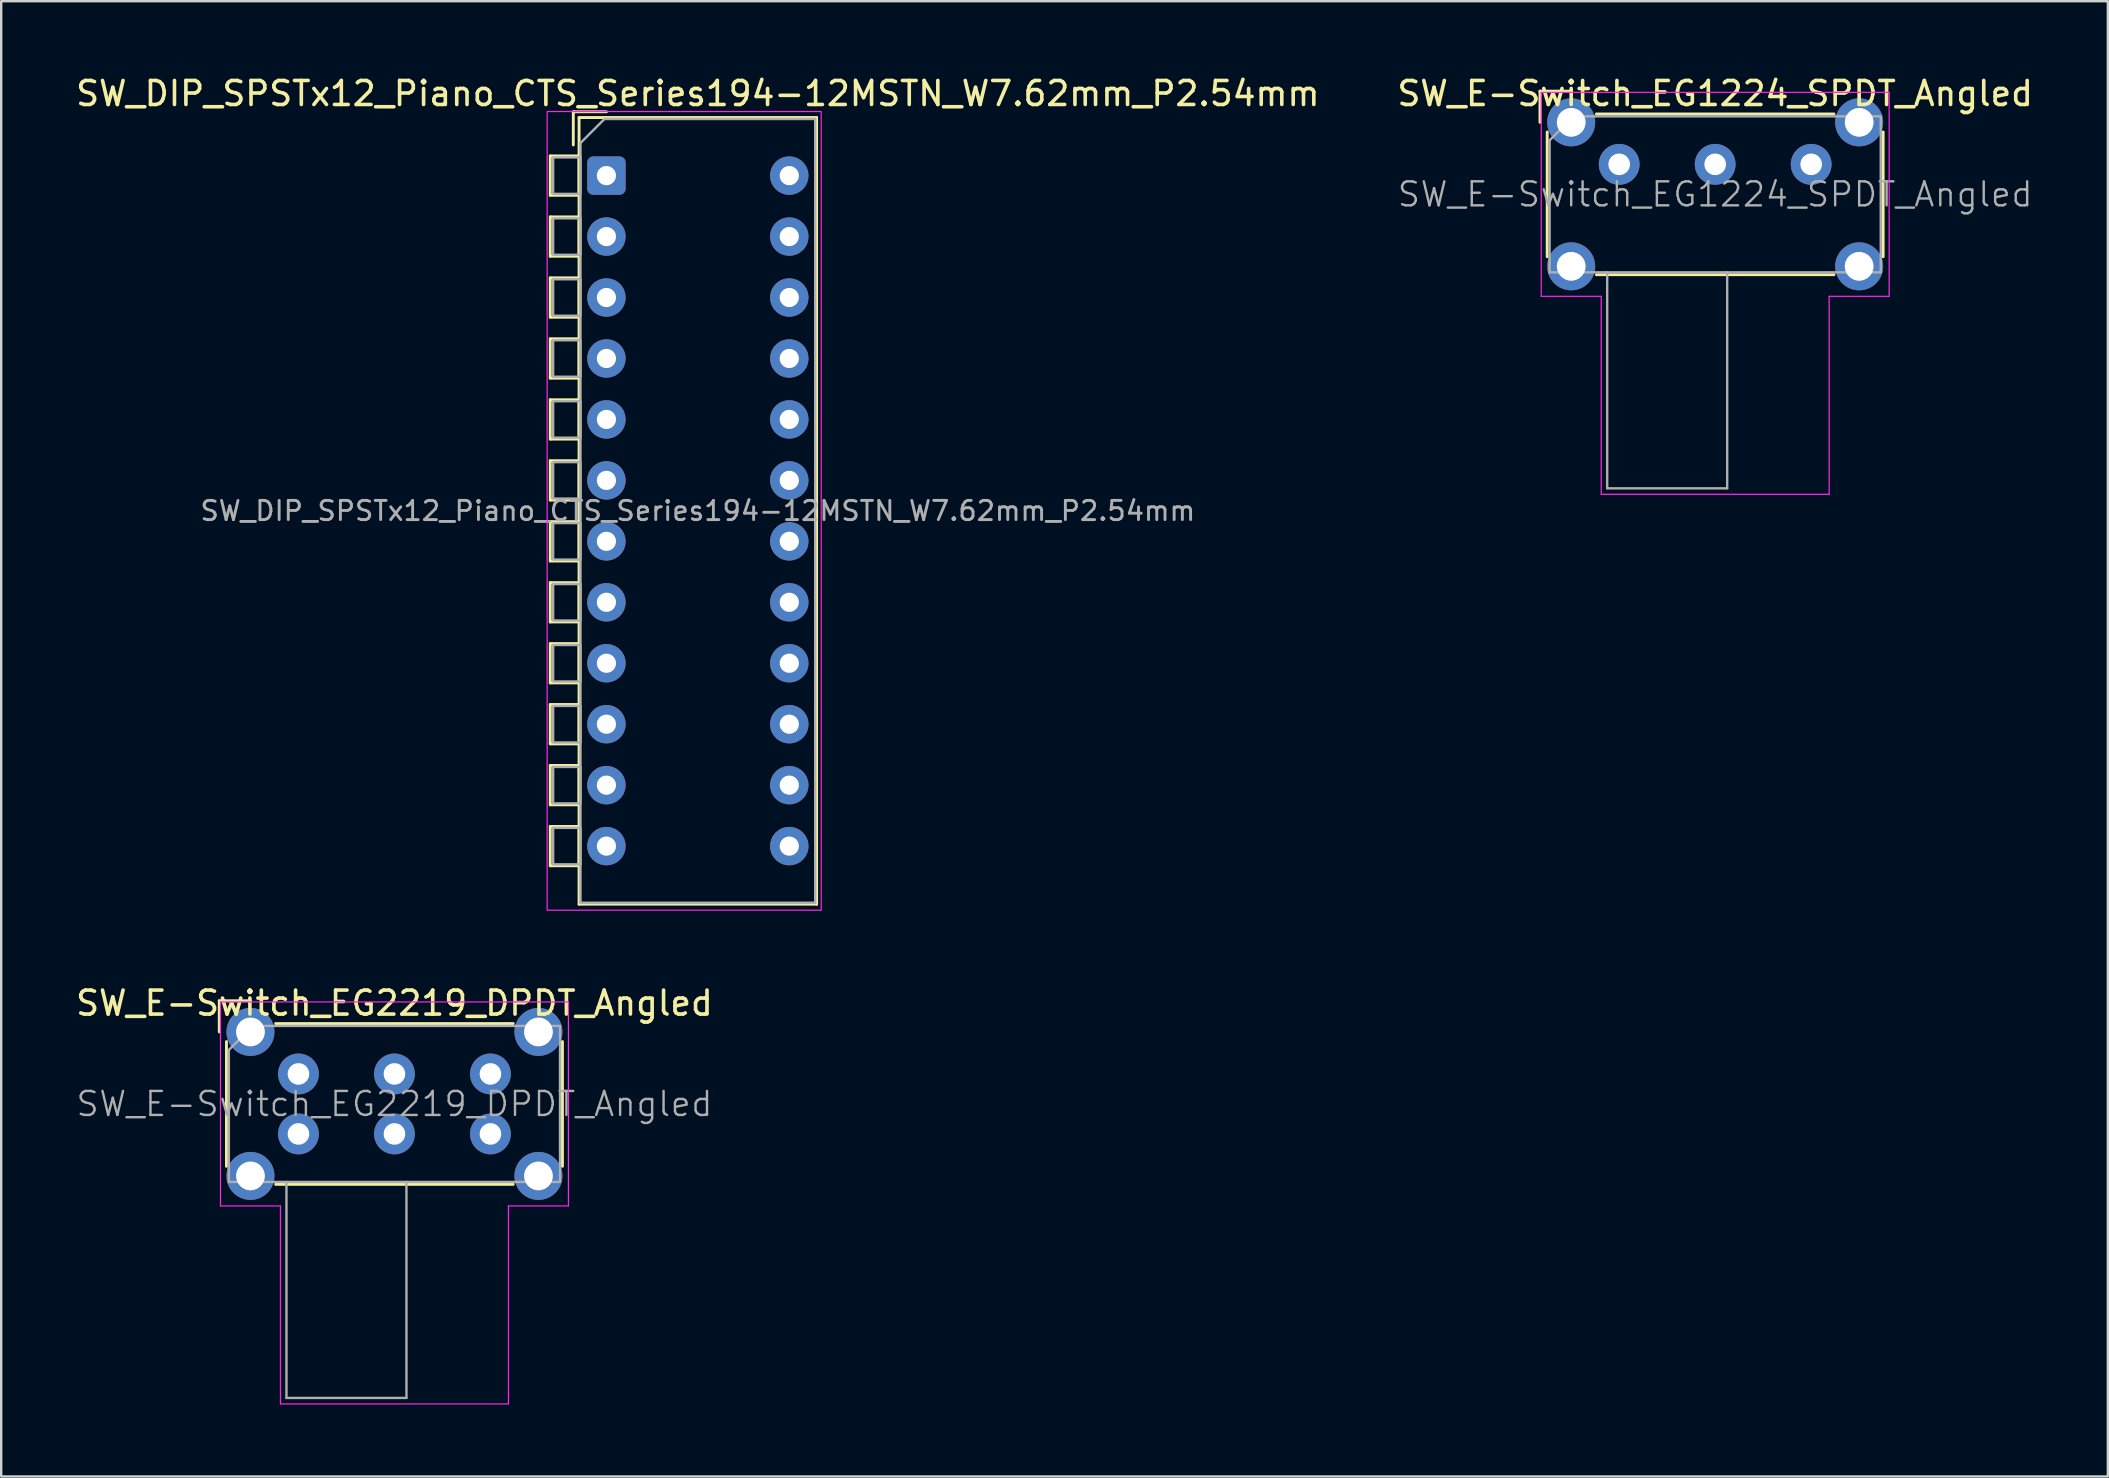
<source format=kicad_pcb>
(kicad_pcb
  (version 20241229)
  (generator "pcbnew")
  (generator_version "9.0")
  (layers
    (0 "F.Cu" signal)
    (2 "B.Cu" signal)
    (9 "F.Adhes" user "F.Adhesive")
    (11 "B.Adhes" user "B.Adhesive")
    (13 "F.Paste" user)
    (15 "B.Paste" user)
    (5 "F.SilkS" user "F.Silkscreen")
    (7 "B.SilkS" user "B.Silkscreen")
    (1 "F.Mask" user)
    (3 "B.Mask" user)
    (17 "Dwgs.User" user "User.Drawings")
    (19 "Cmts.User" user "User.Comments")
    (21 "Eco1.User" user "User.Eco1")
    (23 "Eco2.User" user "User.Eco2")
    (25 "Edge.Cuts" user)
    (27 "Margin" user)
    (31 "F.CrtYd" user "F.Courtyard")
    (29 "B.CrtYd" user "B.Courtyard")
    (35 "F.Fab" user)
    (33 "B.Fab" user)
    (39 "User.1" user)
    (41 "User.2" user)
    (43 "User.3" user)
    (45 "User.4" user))
  (footprint "SW_E-Switch_EG1224_SPDT_Angled"
    (layer "F.Cu")
    (at 64.423 3.798)
    (property "Reference" "SW_E-Switch_EG1224_SPDT_Angled" (at 4 -2.95 0) (layer "F.SilkS") (effects (font (size 1 1) (thickness 0.15))))
    (attr through_hole)
    (fp_line (start -3.3 -3.05) (end -2 -3.05) (stroke (width 0.12) (type solid)) (layer "F.SilkS"))
    (fp_line (start -3.3 -1.75) (end -3.3 -3.05) (stroke (width 0.12) (type solid)) (layer "F.SilkS"))
    (fp_line (start -3 3.85) (end -3 -1.35) (stroke (width 0.12) (type solid)) (layer "F.SilkS"))
    (fp_line (start -0.95 -2.1) (end 8.95 -2.1) (stroke (width 0.12) (type solid)) (layer "F.SilkS"))
    (fp_line (start 8.95 4.6) (end -0.95 4.6) (stroke (width 0.12) (type solid)) (layer "F.SilkS"))
    (fp_line (start 11 -1.35) (end 11 3.85) (stroke (width 0.12) (type solid)) (layer "F.SilkS"))
    (fp_line (start -3.25 -3) (end 11.25 -3) (stroke (width 0.05) (type solid)) (layer "F.CrtYd"))
    (fp_line (start -3.25 5.5) (end -3.25 -3) (stroke (width 0.05) (type solid)) (layer "F.CrtYd"))
    (fp_line (start -0.75 5.5) (end -3.25 5.5) (stroke (width 0.05) (type solid)) (layer "F.CrtYd"))
    (fp_line (start -0.75 13.75) (end -0.75 5.5) (stroke (width 0.05) (type solid)) (layer "F.CrtYd"))
    (fp_line (start 8.75 5.5) (end 8.75 13.75) (stroke (width 0.05) (type solid)) (layer "F.CrtYd"))
    (fp_line (start 8.75 13.75) (end -0.75 13.75) (stroke (width 0.05) (type solid)) (layer "F.CrtYd"))
    (fp_line (start 11.25 -3) (end 11.25 5.5) (stroke (width 0.05) (type solid)) (layer "F.CrtYd"))
    (fp_line (start 11.25 5.5) (end 8.75 5.5) (stroke (width 0.05) (type solid)) (layer "F.CrtYd"))
    (fp_line (start -2.9 4.5) (end -2.9 -1) (stroke (width 0.1) (type solid)) (layer "F.Fab"))
    (fp_line (start -1.9 -2) (end -2.9 -1) (stroke (width 0.1) (type solid)) (layer "F.Fab"))
    (fp_line (start -1.9 -2) (end 10.9 -2) (stroke (width 0.1) (type solid)) (layer "F.Fab"))
    (fp_line (start -0.5 13.5) (end -0.5 4.5) (stroke (width 0.1) (type solid)) (layer "F.Fab"))
    (fp_line (start 4.5 4.5) (end 4.5 13.5) (stroke (width 0.1) (type solid)) (layer "F.Fab"))
    (fp_line (start 4.5 13.5) (end -0.5 13.5) (stroke (width 0.1) (type solid)) (layer "F.Fab"))
    (fp_line (start 10.9 -2) (end 10.9 4.5) (stroke (width 0.1) (type solid)) (layer "F.Fab"))
    (fp_line (start 10.9 4.5) (end -2.9 4.5) (stroke (width 0.1) (type solid)) (layer "F.Fab"))
    (fp_text user "${REFERENCE}" (at 4 1.25 0) (layer "F.Fab") (effects (font (size 1 1) (thickness 0.1))))
    (pad "" thru_hole circle (at -2 -1.75) (size 2 2) (drill 1.2) (layers "*.Cu" "*.Mask"))
    (pad "" thru_hole circle (at -2 4.25) (size 2 2) (drill 1.2) (layers "*.Cu" "*.Mask"))
    (pad "" thru_hole circle (at 10 -1.75) (size 2 2) (drill 1.2) (layers "*.Cu" "*.Mask"))
    (pad "" thru_hole circle (at 10 4.25) (size 2 2) (drill 1.2) (layers "*.Cu" "*.Mask"))
    (pad "1" thru_hole circle (at 0 0) (size 1.7 1.7) (drill 0.9) (layers "*.Cu" "*.Mask"))
    (pad "2" thru_hole circle (at 4 0) (size 1.7 1.7) (drill 0.9) (layers "*.Cu" "*.Mask"))
    (pad "3" thru_hole circle (at 8 0) (size 1.7 1.7) (drill 0.9) (layers "*.Cu" "*.Mask")))
  (footprint "SW_DIP_SPSTx12_Piano_CTS_Series194-12MSTN_W7.62mm_P2.54mm"
    (layer "F.Cu")
    (at 22.22 4.268)
    (property "Reference" "SW_DIP_SPSTx12_Piano_CTS_Series194-12MSTN_W7.62mm_P2.54mm" (at 3.81 -3.42 0) (layer "F.SilkS") (effects (font (size 1 1) (thickness 0.15))))
    (attr through_hole)
    (fp_line (start -2.34 -0.82) (end -2.34 0.82) (stroke (width 0.12) (type solid)) (layer "F.SilkS"))
    (fp_line (start -2.34 -0.82) (end -1.14 -0.82) (stroke (width 0.12) (type solid)) (layer "F.SilkS"))
    (fp_line (start -2.34 0.82) (end -1.14 0.82) (stroke (width 0.12) (type solid)) (layer "F.SilkS"))
    (fp_line (start -2.34 1.72) (end -2.34 3.36) (stroke (width 0.12) (type solid)) (layer "F.SilkS"))
    (fp_line (start -2.34 1.72) (end -1.14 1.72) (stroke (width 0.12) (type solid)) (layer "F.SilkS"))
    (fp_line (start -2.34 3.36) (end -1.14 3.36) (stroke (width 0.12) (type solid)) (layer "F.SilkS"))
    (fp_line (start -2.34 4.26) (end -2.34 5.9) (stroke (width 0.12) (type solid)) (layer "F.SilkS"))
    (fp_line (start -2.34 4.26) (end -1.14 4.26) (stroke (width 0.12) (type solid)) (layer "F.SilkS"))
    (fp_line (start -2.34 5.9) (end -1.14 5.9) (stroke (width 0.12) (type solid)) (layer "F.SilkS"))
    (fp_line (start -2.34 6.8) (end -2.34 8.44) (stroke (width 0.12) (type solid)) (layer "F.SilkS"))
    (fp_line (start -2.34 6.8) (end -1.14 6.8) (stroke (width 0.12) (type solid)) (layer "F.SilkS"))
    (fp_line (start -2.34 8.44) (end -1.14 8.44) (stroke (width 0.12) (type solid)) (layer "F.SilkS"))
    (fp_line (start -2.34 9.34) (end -2.34 10.98) (stroke (width 0.12) (type solid)) (layer "F.SilkS"))
    (fp_line (start -2.34 9.34) (end -1.14 9.34) (stroke (width 0.12) (type solid)) (layer "F.SilkS"))
    (fp_line (start -2.34 10.98) (end -1.14 10.98) (stroke (width 0.12) (type solid)) (layer "F.SilkS"))
    (fp_line (start -2.34 11.88) (end -2.34 13.52) (stroke (width 0.12) (type solid)) (layer "F.SilkS"))
    (fp_line (start -2.34 11.88) (end -1.14 11.88) (stroke (width 0.12) (type solid)) (layer "F.SilkS"))
    (fp_line (start -2.34 13.52) (end -1.14 13.52) (stroke (width 0.12) (type solid)) (layer "F.SilkS"))
    (fp_line (start -2.34 14.42) (end -2.34 16.06) (stroke (width 0.12) (type solid)) (layer "F.SilkS"))
    (fp_line (start -2.34 14.42) (end -1.14 14.42) (stroke (width 0.12) (type solid)) (layer "F.SilkS"))
    (fp_line (start -2.34 16.06) (end -1.14 16.06) (stroke (width 0.12) (type solid)) (layer "F.SilkS"))
    (fp_line (start -2.34 16.96) (end -2.34 18.6) (stroke (width 0.12) (type solid)) (layer "F.SilkS"))
    (fp_line (start -2.34 16.96) (end -1.14 16.96) (stroke (width 0.12) (type solid)) (layer "F.SilkS"))
    (fp_line (start -2.34 18.6) (end -1.14 18.6) (stroke (width 0.12) (type solid)) (layer "F.SilkS"))
    (fp_line (start -2.34 19.5) (end -2.34 21.14) (stroke (width 0.12) (type solid)) (layer "F.SilkS"))
    (fp_line (start -2.34 19.5) (end -1.14 19.5) (stroke (width 0.12) (type solid)) (layer "F.SilkS"))
    (fp_line (start -2.34 21.14) (end -1.14 21.14) (stroke (width 0.12) (type solid)) (layer "F.SilkS"))
    (fp_line (start -2.34 22.04) (end -2.34 23.68) (stroke (width 0.12) (type solid)) (layer "F.SilkS"))
    (fp_line (start -2.34 22.04) (end -1.14 22.04) (stroke (width 0.12) (type solid)) (layer "F.SilkS"))
    (fp_line (start -2.34 23.68) (end -1.14 23.68) (stroke (width 0.12) (type solid)) (layer "F.SilkS"))
    (fp_line (start -2.34 24.58) (end -2.34 26.22) (stroke (width 0.12) (type solid)) (layer "F.SilkS"))
    (fp_line (start -2.34 24.58) (end -1.14 24.58) (stroke (width 0.12) (type solid)) (layer "F.SilkS"))
    (fp_line (start -2.34 26.22) (end -1.14 26.22) (stroke (width 0.12) (type solid)) (layer "F.SilkS"))
    (fp_line (start -2.34 27.12) (end -2.34 28.76) (stroke (width 0.12) (type solid)) (layer "F.SilkS"))
    (fp_line (start -2.34 27.12) (end -1.14 27.12) (stroke (width 0.12) (type solid)) (layer "F.SilkS"))
    (fp_line (start -2.34 28.76) (end -1.14 28.76) (stroke (width 0.12) (type solid)) (layer "F.SilkS"))
    (fp_line (start -1.38 -2.66) (end -1.38 -1.277) (stroke (width 0.12) (type solid)) (layer "F.SilkS"))
    (fp_line (start -1.38 -2.66) (end 0.003 -2.66) (stroke (width 0.12) (type solid)) (layer "F.SilkS"))
    (fp_line (start -1.14 -2.42) (end -1.14 30.36) (stroke (width 0.12) (type solid)) (layer "F.SilkS"))
    (fp_line (start -1.14 -2.42) (end 8.76 -2.42) (stroke (width 0.12) (type solid)) (layer "F.SilkS"))
    (fp_line (start -1.14 -0.82) (end -1.14 0.82) (stroke (width 0.12) (type solid)) (layer "F.SilkS"))
    (fp_line (start -1.14 1.72) (end -1.14 3.36) (stroke (width 0.12) (type solid)) (layer "F.SilkS"))
    (fp_line (start -1.14 4.26) (end -1.14 5.9) (stroke (width 0.12) (type solid)) (layer "F.SilkS"))
    (fp_line (start -1.14 6.8) (end -1.14 8.44) (stroke (width 0.12) (type solid)) (layer "F.SilkS"))
    (fp_line (start -1.14 9.34) (end -1.14 10.98) (stroke (width 0.12) (type solid)) (layer "F.SilkS"))
    (fp_line (start -1.14 11.88) (end -1.14 13.52) (stroke (width 0.12) (type solid)) (layer "F.SilkS"))
    (fp_line (start -1.14 14.42) (end -1.14 16.06) (stroke (width 0.12) (type solid)) (layer "F.SilkS"))
    (fp_line (start -1.14 16.96) (end -1.14 18.6) (stroke (width 0.12) (type solid)) (layer "F.SilkS"))
    (fp_line (start -1.14 19.5) (end -1.14 21.14) (stroke (width 0.12) (type solid)) (layer "F.SilkS"))
    (fp_line (start -1.14 22.04) (end -1.14 23.68) (stroke (width 0.12) (type solid)) (layer "F.SilkS"))
    (fp_line (start -1.14 24.58) (end -1.14 26.22) (stroke (width 0.12) (type solid)) (layer "F.SilkS"))
    (fp_line (start -1.14 27.12) (end -1.14 28.76) (stroke (width 0.12) (type solid)) (layer "F.SilkS"))
    (fp_line (start -1.14 30.36) (end 8.76 30.36) (stroke (width 0.12) (type solid)) (layer "F.SilkS"))
    (fp_line (start 8.76 -2.42) (end 8.76 30.36) (stroke (width 0.12) (type solid)) (layer "F.SilkS"))
    (fp_rect (start -2.47 -2.67) (end 8.95 30.61) (stroke (width 0.05) (type solid)) (fill no) (layer "F.CrtYd"))
    (fp_line (start -1.08 -1.36) (end -0.08 -2.36) (stroke (width 0.1) (type solid)) (layer "F.Fab"))
    (fp_line (start -1.08 30.3) (end -1.08 -1.36) (stroke (width 0.1) (type solid)) (layer "F.Fab"))
    (fp_line (start -0.08 -2.36) (end 8.7 -2.36) (stroke (width 0.1) (type solid)) (layer "F.Fab"))
    (fp_line (start 8.7 -2.36) (end 8.7 30.3) (stroke (width 0.1) (type solid)) (layer "F.Fab"))
    (fp_line (start 8.7 30.3) (end -1.08 30.3) (stroke (width 0.1) (type solid)) (layer "F.Fab"))
    (fp_rect (start -1.08 -0.76) (end -2.22 0.76) (stroke (width 0.1) (type solid)) (fill no) (layer "F.Fab"))
    (fp_rect (start -1.08 1.78) (end -2.22 3.3) (stroke (width 0.1) (type solid)) (fill no) (layer "F.Fab"))
    (fp_rect (start -1.08 4.32) (end -2.22 5.84) (stroke (width 0.1) (type solid)) (fill no) (layer "F.Fab"))
    (fp_rect (start -1.08 6.86) (end -2.22 8.38) (stroke (width 0.1) (type solid)) (fill no) (layer "F.Fab"))
    (fp_rect (start -1.08 9.4) (end -2.22 10.92) (stroke (width 0.1) (type solid)) (fill no) (layer "F.Fab"))
    (fp_rect (start -1.08 11.94) (end -2.22 13.46) (stroke (width 0.1) (type solid)) (fill no) (layer "F.Fab"))
    (fp_rect (start -1.08 14.48) (end -2.22 16) (stroke (width 0.1) (type solid)) (fill no) (layer "F.Fab"))
    (fp_rect (start -1.08 17.02) (end -2.22 18.54) (stroke (width 0.1) (type solid)) (fill no) (layer "F.Fab"))
    (fp_rect (start -1.08 19.56) (end -2.22 21.08) (stroke (width 0.1) (type solid)) (fill no) (layer "F.Fab"))
    (fp_rect (start -1.08 22.1) (end -2.22 23.62) (stroke (width 0.1) (type solid)) (fill no) (layer "F.Fab"))
    (fp_rect (start -1.08 24.64) (end -2.22 26.16) (stroke (width 0.1) (type solid)) (fill no) (layer "F.Fab"))
    (fp_rect (start -1.08 27.18) (end -2.22 28.7) (stroke (width 0.1) (type solid)) (fill no) (layer "F.Fab"))
    (fp_text user "${REFERENCE}" (at 3.81 13.97 0) (layer "F.Fab") (effects (font (size 0.8 0.8) (thickness 0.12))))
    (pad "1" thru_hole roundrect (at 0 0) (size 1.6 1.6) (drill 0.8) (layers "*.Cu" "*.Mask") (roundrect_rratio 0.156))
    (pad "2" thru_hole circle (at 0 2.54) (size 1.6 1.6) (drill 0.8) (layers "*.Cu" "*.Mask"))
    (pad "3" thru_hole circle (at 0 5.08) (size 1.6 1.6) (drill 0.8) (layers "*.Cu" "*.Mask"))
    (pad "4" thru_hole circle (at 0 7.62) (size 1.6 1.6) (drill 0.8) (layers "*.Cu" "*.Mask"))
    (pad "5" thru_hole circle (at 0 10.16) (size 1.6 1.6) (drill 0.8) (layers "*.Cu" "*.Mask"))
    (pad "6" thru_hole circle (at 0 12.7) (size 1.6 1.6) (drill 0.8) (layers "*.Cu" "*.Mask"))
    (pad "7" thru_hole circle (at 0 15.24) (size 1.6 1.6) (drill 0.8) (layers "*.Cu" "*.Mask"))
    (pad "8" thru_hole circle (at 0 17.78) (size 1.6 1.6) (drill 0.8) (layers "*.Cu" "*.Mask"))
    (pad "9" thru_hole circle (at 0 20.32) (size 1.6 1.6) (drill 0.8) (layers "*.Cu" "*.Mask"))
    (pad "10" thru_hole circle (at 0 22.86) (size 1.6 1.6) (drill 0.8) (layers "*.Cu" "*.Mask"))
    (pad "11" thru_hole circle (at 0 25.4) (size 1.6 1.6) (drill 0.8) (layers "*.Cu" "*.Mask"))
    (pad "12" thru_hole circle (at 0 27.94) (size 1.6 1.6) (drill 0.8) (layers "*.Cu" "*.Mask"))
    (pad "13" thru_hole circle (at 7.62 27.94) (size 1.6 1.6) (drill 0.8) (layers "*.Cu" "*.Mask"))
    (pad "14" thru_hole circle (at 7.62 25.4) (size 1.6 1.6) (drill 0.8) (layers "*.Cu" "*.Mask"))
    (pad "15" thru_hole circle (at 7.62 22.86) (size 1.6 1.6) (drill 0.8) (layers "*.Cu" "*.Mask"))
    (pad "16" thru_hole circle (at 7.62 20.32) (size 1.6 1.6) (drill 0.8) (layers "*.Cu" "*.Mask"))
    (pad "17" thru_hole circle (at 7.62 17.78) (size 1.6 1.6) (drill 0.8) (layers "*.Cu" "*.Mask"))
    (pad "18" thru_hole circle (at 7.62 15.24) (size 1.6 1.6) (drill 0.8) (layers "*.Cu" "*.Mask"))
    (pad "19" thru_hole circle (at 7.62 12.7) (size 1.6 1.6) (drill 0.8) (layers "*.Cu" "*.Mask"))
    (pad "20" thru_hole circle (at 7.62 10.16) (size 1.6 1.6) (drill 0.8) (layers "*.Cu" "*.Mask"))
    (pad "21" thru_hole circle (at 7.62 7.62) (size 1.6 1.6) (drill 0.8) (layers "*.Cu" "*.Mask"))
    (pad "22" thru_hole circle (at 7.62 5.08) (size 1.6 1.6) (drill 0.8) (layers "*.Cu" "*.Mask"))
    (pad "23" thru_hole circle (at 7.62 2.54) (size 1.6 1.6) (drill 0.8) (layers "*.Cu" "*.Mask"))
    (pad "24" thru_hole circle (at 7.62 0) (size 1.6 1.6) (drill 0.8) (layers "*.Cu" "*.Mask")))
  (footprint "SW_E-Switch_EG2219_DPDT_Angled"
    (layer "F.Cu")
    (at 9.387 41.702)
    (property "Reference" "SW_E-Switch_EG2219_DPDT_Angled" (at 4 -2.95 0) (layer "F.SilkS") (effects (font (size 1 1) (thickness 0.15))))
    (attr through_hole)
    (fp_line (start -3.3 -3.05) (end -2 -3.05) (stroke (width 0.12) (type solid)) (layer "F.SilkS"))
    (fp_line (start -3.3 -1.75) (end -3.3 -3.05) (stroke (width 0.12) (type solid)) (layer "F.SilkS"))
    (fp_line (start -3 3.85) (end -3 -1.35) (stroke (width 0.12) (type solid)) (layer "F.SilkS"))
    (fp_line (start -0.95 -2.1) (end 8.95 -2.1) (stroke (width 0.12) (type solid)) (layer "F.SilkS"))
    (fp_line (start 8.95 4.6) (end -0.95 4.6) (stroke (width 0.12) (type solid)) (layer "F.SilkS"))
    (fp_line (start 11 -1.35) (end 11 3.85) (stroke (width 0.12) (type solid)) (layer "F.SilkS"))
    (fp_line (start -3.25 -3) (end 11.25 -3) (stroke (width 0.05) (type solid)) (layer "F.CrtYd"))
    (fp_line (start -3.25 5.5) (end -3.25 -3) (stroke (width 0.05) (type solid)) (layer "F.CrtYd"))
    (fp_line (start -0.75 5.5) (end -3.25 5.5) (stroke (width 0.05) (type solid)) (layer "F.CrtYd"))
    (fp_line (start -0.75 13.75) (end -0.75 5.5) (stroke (width 0.05) (type solid)) (layer "F.CrtYd"))
    (fp_line (start 8.75 5.5) (end 8.75 13.75) (stroke (width 0.05) (type solid)) (layer "F.CrtYd"))
    (fp_line (start 8.75 13.75) (end -0.75 13.75) (stroke (width 0.05) (type solid)) (layer "F.CrtYd"))
    (fp_line (start 11.25 -3) (end 11.25 5.5) (stroke (width 0.05) (type solid)) (layer "F.CrtYd"))
    (fp_line (start 11.25 5.5) (end 8.75 5.5) (stroke (width 0.05) (type solid)) (layer "F.CrtYd"))
    (fp_line (start -2.9 4.5) (end -2.9 -1) (stroke (width 0.1) (type solid)) (layer "F.Fab"))
    (fp_line (start -1.9 -2) (end -2.9 -1) (stroke (width 0.1) (type solid)) (layer "F.Fab"))
    (fp_line (start -1.9 -2) (end 10.9 -2) (stroke (width 0.1) (type solid)) (layer "F.Fab"))
    (fp_line (start -0.5 13.5) (end -0.5 4.5) (stroke (width 0.1) (type solid)) (layer "F.Fab"))
    (fp_line (start 4.5 4.5) (end 4.5 13.5) (stroke (width 0.1) (type solid)) (layer "F.Fab"))
    (fp_line (start 4.5 13.5) (end -0.5 13.5) (stroke (width 0.1) (type solid)) (layer "F.Fab"))
    (fp_line (start 10.9 -2) (end 10.9 4.5) (stroke (width 0.1) (type solid)) (layer "F.Fab"))
    (fp_line (start 10.9 4.5) (end -2.9 4.5) (stroke (width 0.1) (type solid)) (layer "F.Fab"))
    (fp_text user "${REFERENCE}" (at 4 1.25 0) (layer "F.Fab") (effects (font (size 1 1) (thickness 0.1))))
    (pad "" thru_hole circle (at -2 -1.75) (size 2 2) (drill 1.2) (layers "*.Cu" "*.Mask"))
    (pad "" thru_hole circle (at -2 4.25) (size 2 2) (drill 1.2) (layers "*.Cu" "*.Mask"))
    (pad "" thru_hole circle (at 10 -1.75) (size 2 2) (drill 1.2) (layers "*.Cu" "*.Mask"))
    (pad "" thru_hole circle (at 10 4.25) (size 2 2) (drill 1.2) (layers "*.Cu" "*.Mask"))
    (pad "1" thru_hole circle (at 0 0) (size 1.7 1.7) (drill 0.9) (layers "*.Cu" "*.Mask"))
    (pad "2" thru_hole circle (at 4 0) (size 1.7 1.7) (drill 0.9) (layers "*.Cu" "*.Mask"))
    (pad "3" thru_hole circle (at 8 0) (size 1.7 1.7) (drill 0.9) (layers "*.Cu" "*.Mask"))
    (pad "4" thru_hole circle (at 0 2.5) (size 1.7 1.7) (drill 0.9) (layers "*.Cu" "*.Mask"))
    (pad "5" thru_hole circle (at 4 2.5) (size 1.7 1.7) (drill 0.9) (layers "*.Cu" "*.Mask"))
    (pad "6" thru_hole circle (at 8 2.5) (size 1.7 1.7) (drill 0.9) (layers "*.Cu" "*.Mask")))
  (gr_rect
    (start -3 -3)
    (end 84.786 58.477)
    (stroke (width 0.1) (type default))
    (fill no)
    (layer "Edge.Cuts")))
</source>
